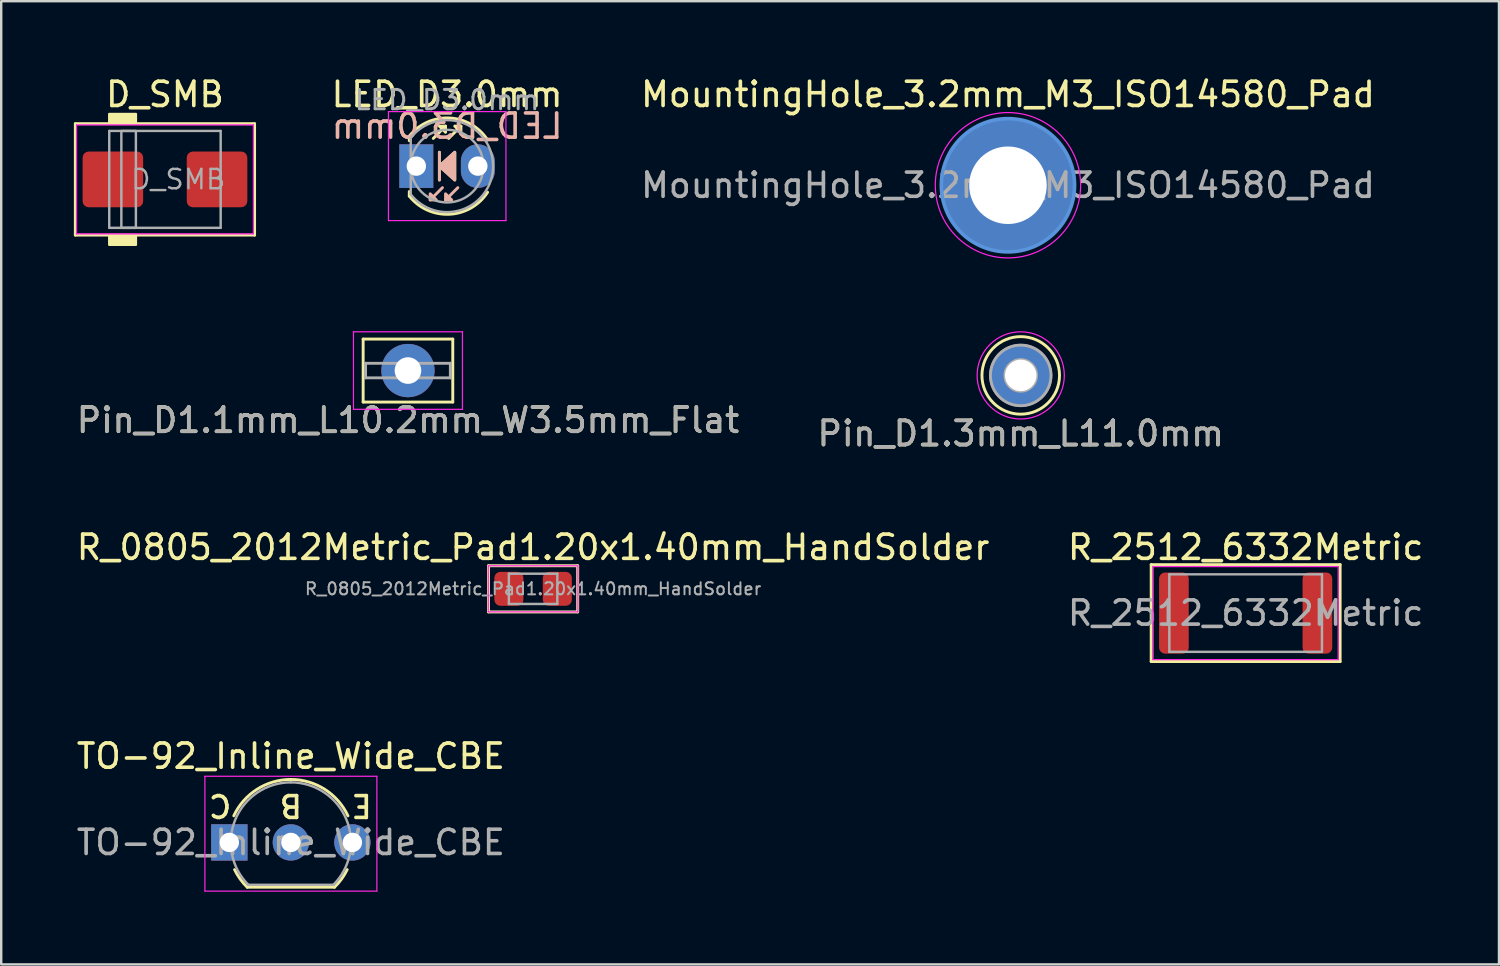
<source format=kicad_pcb>
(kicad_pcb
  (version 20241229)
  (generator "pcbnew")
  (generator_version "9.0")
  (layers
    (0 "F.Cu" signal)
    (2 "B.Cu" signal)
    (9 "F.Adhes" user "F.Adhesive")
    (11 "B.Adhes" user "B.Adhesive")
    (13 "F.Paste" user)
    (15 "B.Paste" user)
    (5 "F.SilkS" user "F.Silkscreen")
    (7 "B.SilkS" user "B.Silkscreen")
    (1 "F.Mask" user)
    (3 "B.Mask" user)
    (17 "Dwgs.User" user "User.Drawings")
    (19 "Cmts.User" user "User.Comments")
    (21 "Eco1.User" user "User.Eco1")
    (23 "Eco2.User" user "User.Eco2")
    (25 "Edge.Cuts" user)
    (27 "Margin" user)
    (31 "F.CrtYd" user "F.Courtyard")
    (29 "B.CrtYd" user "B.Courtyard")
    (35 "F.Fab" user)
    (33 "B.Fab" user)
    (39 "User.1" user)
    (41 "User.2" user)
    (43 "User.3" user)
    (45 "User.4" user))
  (footprint "Pin_D1.3mm_L11.0mm"
    (layer "F.Cu")
    (at 39.089 12.448)
    (property "Reference" "Pin_D1.3mm_L11.0mm" (at 0 2.4 180) (layer "F.SilkS") (effects (font (size 1 1) (thickness 0.15))))
    (attr through_hole)
    (fp_circle (center 0 0) (end 1.6 0.05) (stroke (width 0.12) (type solid)) (fill no) (layer "F.SilkS"))
    (fp_circle (center 0 0) (end 1.8 0) (stroke (width 0.05) (type solid)) (fill no) (layer "F.CrtYd"))
    (fp_circle (center 0 0) (end 0.65 -0.05) (stroke (width 0.12) (type solid)) (fill no) (layer "F.Fab"))
    (fp_circle (center 0 0) (end 1.25 -0.05) (stroke (width 0.12) (type solid)) (fill no) (layer "F.Fab"))
    (fp_text user "${REFERENCE}" (at 0 2.4 180) (layer "F.Fab") (effects (font (size 1 1) (thickness 0.15))))
    (pad "1" thru_hole circle (at 0 0) (size 2.6 2.6) (drill 1.3) (layers "*.Cu" "*.Mask")))
  (footprint "LED_D3.0mm"
    (layer "F.Cu")
    (at 14.137 3.808)
    (property "Reference" "LED_D3.0mm" (at 1.27 -2.96 180) (layer "F.SilkS") (effects (font (size 1 1) (thickness 0.15))))
    (fp_line (start -0.29 -1.236) (end -0.29 -1.05) (stroke (width 0.12) (type solid)) (layer "F.SilkS"))
    (fp_line (start -0.29 1.05) (end -0.29 1.236) (stroke (width 0.12) (type solid)) (layer "F.SilkS"))
    (fp_line (start 0.699 -1.143) (end 1.206 -1.651) (stroke (width 0.12) (type solid)) (layer "F.SilkS"))
    (fp_line (start 0.953 -0.572) (end 0.953 0.572) (stroke (width 0.12) (type solid)) (layer "F.SilkS"))
    (fp_line (start 1.333 -1.143) (end 1.841 -1.651) (stroke (width 0.12) (type solid)) (layer "F.SilkS"))
    (fp_arc (start -0.29 -1.235516) (mid 1.366487 -1.987659) (end 2.942335 -1.078608) (stroke (width 0.12) (type solid)) (layer "F.SilkS"))
    (fp_arc (start 2.942335 1.078608) (mid 1.366487 1.987659) (end -0.29 1.235516) (stroke (width 0.12) (type solid)) (layer "F.SilkS"))
    (fp_poly (pts (xy 1.206 -1.397) (xy 0.953 -1.651) (xy 1.206 -1.651)) (stroke (width 0.12) (type solid)) (fill yes) (layer "F.SilkS"))
    (fp_poly (pts (xy 1.587 0.572) (xy 0.953 0) (xy 1.587 -0.572)) (stroke (width 0.12) (type solid)) (fill yes) (layer "F.SilkS"))
    (fp_poly (pts (xy 1.841 -1.397) (xy 1.587 -1.651) (xy 1.841 -1.651)) (stroke (width 0.12) (type solid)) (fill yes) (layer "F.SilkS"))
    (fp_line (start 0.953 -0.572) (end 0.953 0.572) (stroke (width 0.12) (type solid)) (layer "B.SilkS"))
    (fp_line (start 1.079 0.889) (end 0.572 1.397) (stroke (width 0.12) (type solid)) (layer "B.SilkS"))
    (fp_line (start 1.714 0.889) (end 1.206 1.397) (stroke (width 0.12) (type solid)) (layer "B.SilkS"))
    (fp_poly (pts (xy 0.572 1.143) (xy 0.826 1.397) (xy 0.572 1.397)) (stroke (width 0.12) (type solid)) (fill yes) (layer "B.SilkS"))
    (fp_poly (pts (xy 1.206 1.143) (xy 1.46 1.397) (xy 1.206 1.397)) (stroke (width 0.12) (type solid)) (fill yes) (layer "B.SilkS"))
    (fp_poly (pts (xy 1.587 0.572) (xy 0.953 0) (xy 1.587 -0.572)) (stroke (width 0.12) (type solid)) (fill yes) (layer "B.SilkS"))
    (fp_line (start -1.15 -2.25) (end -1.15 2.25) (stroke (width 0.05) (type solid)) (layer "F.CrtYd"))
    (fp_line (start -1.15 2.25) (end 3.7 2.25) (stroke (width 0.05) (type solid)) (layer "F.CrtYd"))
    (fp_line (start 3.7 -2.25) (end -1.15 -2.25) (stroke (width 0.05) (type solid)) (layer "F.CrtYd"))
    (fp_line (start 3.7 2.25) (end 3.7 -2.25) (stroke (width 0.05) (type solid)) (layer "F.CrtYd"))
    (fp_line (start -0.23 -1.166) (end -0.23 1.166) (stroke (width 0.1) (type solid)) (layer "F.Fab"))
    (fp_arc (start -0.23 -1.16619) (mid 3.17 0.000452) (end -0.230555 1.165476) (stroke (width 0.1) (type solid)) (layer "F.Fab"))
    (fp_circle (center 1.27 0) (end 2.77 0) (stroke (width 0.1) (type solid)) (fill no) (layer "F.Fab"))
    (fp_text user "${REFERENCE}" (at 1.27 -1.651 180) (layer "B.SilkS") (effects (font (size 1 1) (thickness 0.15)) (justify mirror)))
    (fp_text user "${REFERENCE}" (at 1.27 -2.731 180) (layer "F.Fab") (effects (font (size 0.8 0.8) (thickness 0.12))))
    (pad "1" thru_hole rect (at 0 0) (size 1.4 1.8) (drill 0.8) (layers "*.Cu" "*.Mask"))
    (pad "2" thru_hole oval (at 2.54 0) (size 1.4 1.8) (drill 0.8) (layers "*.Cu" "*.Mask")))
  (footprint "TO-92_Inline_Wide_CBE"
    (layer "F.Cu")
    (at 6.418 31.728)
    (property "Reference" "TO-92_Inline_Wide_CBE" (at 2.54 -3.56 0) (layer "F.SilkS") (effects (font (size 1 1) (thickness 0.15))))
    (fp_line (start 0.74 1.85) (end 4.34 1.85) (stroke (width 0.12) (type solid)) (layer "F.SilkS"))
    (fp_arc (start 0.1836 -1.098807) (mid 1.143021 -2.192817) (end 2.54 -2.6) (stroke (width 0.12) (type solid)) (layer "F.SilkS"))
    (fp_arc (start 0.74 1.85) (mid 0.446097 1.509328) (end 0.215816 1.122795) (stroke (width 0.12) (type solid)) (layer "F.SilkS"))
    (fp_arc (start 2.54 -2.6) (mid 3.936979 -2.192818) (end 4.8964 -1.098807) (stroke (width 0.12) (type solid)) (layer "F.SilkS"))
    (fp_arc (start 4.864184 1.122795) (mid 4.633903 1.509328) (end 4.34 1.85) (stroke (width 0.12) (type solid)) (layer "F.SilkS"))
    (fp_line (start -1.01 -2.73) (end -1.01 2.01) (stroke (width 0.05) (type solid)) (layer "F.CrtYd"))
    (fp_line (start -1.01 -2.73) (end 6.09 -2.73) (stroke (width 0.05) (type solid)) (layer "F.CrtYd"))
    (fp_line (start 6.09 2.01) (end -1.01 2.01) (stroke (width 0.05) (type solid)) (layer "F.CrtYd"))
    (fp_line (start 6.09 2.01) (end 6.09 -2.73) (stroke (width 0.05) (type solid)) (layer "F.CrtYd"))
    (fp_line (start 0.8 1.75) (end 4.3 1.75) (stroke (width 0.1) (type solid)) (layer "F.Fab"))
    (fp_arc (start 0.786375 1.753625) (mid 0.248779 -0.949055) (end 2.54 -2.48) (stroke (width 0.1) (type solid)) (layer "F.Fab"))
    (fp_arc (start 2.54 -2.48) (mid 4.831221 -0.949055) (end 4.293625 1.753625) (stroke (width 0.1) (type solid)) (layer "F.Fab"))
    (fp_text user "E" (at 5.461 -1.524 180) (unlocked yes) (layer "F.SilkS") (effects (font (size 0.9 0.9) (thickness 0.15))))
    (fp_text user "C" (at -0.381 -1.524 180) (unlocked yes) (layer "F.SilkS") (effects (font (size 0.9 0.9) (thickness 0.15))))
    (fp_text user "B" (at 2.54 -1.524 180) (unlocked yes) (layer "F.SilkS") (effects (font (size 0.9 0.9) (thickness 0.15))))
    (fp_text user "${REFERENCE}" (at 2.54 0 0) (layer "F.Fab") (effects (font (size 1 1) (thickness 0.15))))
    (pad "1" thru_hole rect (at 0 0 90) (size 1.5 1.5) (drill 0.8) (layers "*.Cu" "*.Mask"))
    (pad "2" thru_hole circle (at 2.54 0 90) (size 1.5 1.5) (drill 0.8) (layers "*.Cu" "*.Mask"))
    (pad "3" thru_hole circle (at 5.08 0 90) (size 1.5 1.5) (drill 0.8) (layers "*.Cu" "*.Mask")))
  (footprint "MountingHole_3.2mm_M3_ISO14580_Pad"
    (layer "F.Cu")
    (at 38.562 4.598)
    (property "Reference" "MountingHole_3.2mm_M3_ISO14580_Pad" (at 0 -3.75 0) (layer "F.SilkS") (effects (font (size 1 1) (thickness 0.15))))
    (attr exclude_from_pos_files exclude_from_bom)
    (fp_circle (center 0 0) (end 2.75 0) (stroke (width 0.15) (type solid)) (fill no) (layer "Cmts.User"))
    (fp_circle (center 0 0) (end 3 0) (stroke (width 0.05) (type solid)) (fill no) (layer "F.CrtYd"))
    (fp_text user "${REFERENCE}" (at 0 0 0) (layer "F.Fab") (effects (font (size 1 1) (thickness 0.15))))
    (pad "1" thru_hole circle (at 0 0) (size 5.5 5.5) (drill 3.2) (layers "*.Cu" "*.Mask")))
  (footprint "R_0805_2012Metric_Pad1.20x1.40mm_HandSolder"
    (layer "F.Cu")
    (at 18.958 21.259)
    (property "Reference" "R_0805_2012Metric_Pad1.20x1.40mm_HandSolder" (at 0 -1.714 0) (layer "F.SilkS") (effects (font (size 1 1) (thickness 0.15))))
    (attr smd)
    (fp_line (start -1.841 -0.953) (end -1.841 0.953) (stroke (width 0.12) (type solid)) (layer "F.SilkS"))
    (fp_line (start -1.841 0.953) (end 1.841 0.953) (stroke (width 0.12) (type solid)) (layer "F.SilkS"))
    (fp_line (start 1.841 -0.953) (end -1.841 -0.953) (stroke (width 0.12) (type solid)) (layer "F.SilkS"))
    (fp_line (start 1.841 0.953) (end 1.841 -0.953) (stroke (width 0.12) (type solid)) (layer "F.SilkS"))
    (fp_line (start -1.85 -0.95) (end 1.85 -0.95) (stroke (width 0.05) (type solid)) (layer "F.CrtYd"))
    (fp_line (start -1.85 0.95) (end -1.85 -0.95) (stroke (width 0.05) (type solid)) (layer "F.CrtYd"))
    (fp_line (start 1.85 -0.95) (end 1.85 0.95) (stroke (width 0.05) (type solid)) (layer "F.CrtYd"))
    (fp_line (start 1.85 0.95) (end -1.85 0.95) (stroke (width 0.05) (type solid)) (layer "F.CrtYd"))
    (fp_line (start -1 -0.625) (end 1 -0.625) (stroke (width 0.1) (type solid)) (layer "F.Fab"))
    (fp_line (start -1 0.625) (end -1 -0.625) (stroke (width 0.1) (type solid)) (layer "F.Fab"))
    (fp_line (start 1 -0.625) (end 1 0.625) (stroke (width 0.1) (type solid)) (layer "F.Fab"))
    (fp_line (start 1 0.625) (end -1 0.625) (stroke (width 0.1) (type solid)) (layer "F.Fab"))
    (fp_text user "${REFERENCE}" (at 0 0 0) (layer "F.Fab") (effects (font (size 0.5 0.5) (thickness 0.08))))
    (pad "1" smd roundrect (at -1 0 180) (size 1.2 1.4) (layers "F.Cu" "F.Mask" "F.Paste") (roundrect_rratio 0.208))
    (pad "2" smd roundrect (at 1 0 180) (size 1.2 1.4) (layers "F.Cu" "F.Mask" "F.Paste") (roundrect_rratio 0.208)))
  (footprint "R_2512_6332Metric"
    (layer "F.Cu")
    (at 48.375 22.26)
    (property "Reference" "R_2512_6332Metric" (at 0 -2.715 0) (layer "F.SilkS") (effects (font (size 1 1) (thickness 0.15))))
    (attr smd)
    (fp_line (start -3.9 -2) (end -3.9 2) (stroke (width 0.12) (type solid)) (layer "F.SilkS"))
    (fp_line (start -3.9 2) (end 3.9 2) (stroke (width 0.12) (type solid)) (layer "F.SilkS"))
    (fp_line (start 3.9 -2) (end -3.9 -2) (stroke (width 0.12) (type solid)) (layer "F.SilkS"))
    (fp_line (start 3.9 2) (end 3.9 -2) (stroke (width 0.12) (type solid)) (layer "F.SilkS"))
    (fp_line (start -3.82 -1.92) (end 3.82 -1.92) (stroke (width 0.05) (type solid)) (layer "F.CrtYd"))
    (fp_line (start -3.82 1.92) (end -3.82 -1.92) (stroke (width 0.05) (type solid)) (layer "F.CrtYd"))
    (fp_line (start 3.82 -1.92) (end 3.82 1.92) (stroke (width 0.05) (type solid)) (layer "F.CrtYd"))
    (fp_line (start 3.82 1.92) (end -3.82 1.92) (stroke (width 0.05) (type solid)) (layer "F.CrtYd"))
    (fp_line (start -3.15 -1.6) (end 3.15 -1.6) (stroke (width 0.1) (type solid)) (layer "F.Fab"))
    (fp_line (start -3.15 1.6) (end -3.15 -1.6) (stroke (width 0.1) (type solid)) (layer "F.Fab"))
    (fp_line (start 3.15 -1.6) (end 3.15 1.6) (stroke (width 0.1) (type solid)) (layer "F.Fab"))
    (fp_line (start 3.15 1.6) (end -3.15 1.6) (stroke (width 0.1) (type solid)) (layer "F.Fab"))
    (fp_text user "${REFERENCE}" (at 0 0 0) (layer "F.Fab") (effects (font (size 1 1) (thickness 0.15))))
    (pad "1" smd roundrect (at -2.962 0) (size 1.225 3.35) (layers "F.Cu" "F.Mask" "F.Paste") (roundrect_rratio 0.204))
    (pad "2" smd roundrect (at 2.962 0) (size 1.225 3.35) (layers "F.Cu" "F.Mask" "F.Paste") (roundrect_rratio 0.204)))
  (footprint "Pin_D1.1mm_L10.2mm_W3.5mm_Flat"
    (layer "F.Cu")
    (at 13.792 12.248)
    (property "Reference" "Pin_D1.1mm_L10.2mm_W3.5mm_Flat" (at 0 2.05 180) (layer "F.SilkS") (effects (font (size 1 1) (thickness 0.15))))
    (attr through_hole)
    (fp_line (start -1.85 -1.3) (end -1.85 1.3) (stroke (width 0.12) (type solid)) (layer "F.SilkS"))
    (fp_line (start -1.85 -1.3) (end 1.85 -1.3) (stroke (width 0.12) (type solid)) (layer "F.SilkS"))
    (fp_line (start 1.85 -1.3) (end 1.85 1.3) (stroke (width 0.12) (type solid)) (layer "F.SilkS"))
    (fp_line (start 1.85 1.3) (end -1.85 1.3) (stroke (width 0.12) (type solid)) (layer "F.SilkS"))
    (fp_line (start -2.25 -1.6) (end -2.25 1.6) (stroke (width 0.05) (type solid)) (layer "F.CrtYd"))
    (fp_line (start -2.25 -1.6) (end 2.25 -1.6) (stroke (width 0.05) (type solid)) (layer "F.CrtYd"))
    (fp_line (start 2.25 1.6) (end -2.25 1.6) (stroke (width 0.05) (type solid)) (layer "F.CrtYd"))
    (fp_line (start 2.25 1.6) (end 2.25 -1.6) (stroke (width 0.05) (type solid)) (layer "F.CrtYd"))
    (fp_line (start -1.75 -0.3) (end 1.75 -0.3) (stroke (width 0.12) (type solid)) (layer "F.Fab"))
    (fp_line (start -1.75 0.3) (end -1.75 -0.3) (stroke (width 0.12) (type solid)) (layer "F.Fab"))
    (fp_line (start 1.75 -0.3) (end 1.75 0.3) (stroke (width 0.12) (type solid)) (layer "F.Fab"))
    (fp_line (start 1.75 0.3) (end -1.75 0.3) (stroke (width 0.12) (type solid)) (layer "F.Fab"))
    (fp_text user "${REFERENCE}" (at 0 2.05 180) (layer "F.Fab") (effects (font (size 1 1) (thickness 0.15))))
    (pad "1" thru_hole circle (at 0 0) (size 2.2 2.2) (drill 1.1) (layers "*.Cu" "*.Mask")))
  (footprint "D_SMB"
    (layer "F.Cu")
    (at 3.76 4.356)
    (property "Reference" "D_SMB" (at 0 -3.508 0) (layer "F.SilkS") (effects (font (size 1 1) (thickness 0.15))))
    (attr smd)
    (fp_line (start -3.7 -2.3) (end -3.7 2.3) (stroke (width 0.12) (type solid)) (layer "F.SilkS"))
    (fp_line (start -3.7 2.3) (end 3.7 2.3) (stroke (width 0.12) (type solid)) (layer "F.SilkS"))
    (fp_line (start 3.7 -2.3) (end -3.7 -2.3) (stroke (width 0.12) (type solid)) (layer "F.SilkS"))
    (fp_line (start 3.7 2.3) (end 3.7 -2.3) (stroke (width 0.12) (type solid)) (layer "F.SilkS"))
    (fp_poly (pts (xy -1.2 -2.3) (xy -2.3 -2.3) (xy -2.3 -2.7) (xy -1.2 -2.7)) (stroke (width 0.1) (type solid)) (fill yes) (layer "F.SilkS"))
    (fp_poly (pts (xy -1.2 2.7) (xy -2.3 2.7) (xy -2.3 2.3) (xy -1.2 2.3)) (stroke (width 0.1) (type solid)) (fill yes) (layer "F.SilkS"))
    (fp_line (start -3.65 -2.25) (end 3.65 -2.25) (stroke (width 0.05) (type solid)) (layer "F.CrtYd"))
    (fp_line (start -3.65 2.25) (end -3.65 -2.25) (stroke (width 0.05) (type solid)) (layer "F.CrtYd"))
    (fp_line (start 3.65 -2.25) (end 3.65 2.25) (stroke (width 0.05) (type solid)) (layer "F.CrtYd"))
    (fp_line (start 3.65 2.25) (end -3.65 2.25) (stroke (width 0.05) (type solid)) (layer "F.CrtYd"))
    (fp_line (start -2.3 2) (end -2.3 -2) (stroke (width 0.1) (type solid)) (layer "F.Fab"))
    (fp_line (start 2.3 -2) (end -2.3 -2) (stroke (width 0.1) (type solid)) (layer "F.Fab"))
    (fp_line (start 2.3 -2) (end 2.3 2) (stroke (width 0.1) (type solid)) (layer "F.Fab"))
    (fp_line (start 2.3 2) (end -2.3 2) (stroke (width 0.1) (type solid)) (layer "F.Fab"))
    (fp_rect (start -1.8 -2) (end -1.2 2) (stroke (width 0.1) (type solid)) (fill no) (layer "F.Fab"))
    (fp_text user "${REFERENCE}" (at 0.55 0 0) (layer "F.Fab") (effects (font (size 0.8 0.8) (thickness 0.1))))
    (pad "1" smd roundrect (at -2.15 0) (size 2.5 2.3) (layers "F.Cu" "F.Mask" "F.Paste") (roundrect_rratio 0.109))
    (pad "2" smd roundrect (at 2.15 0) (size 2.5 2.3) (layers "F.Cu" "F.Mask" "F.Paste") (roundrect_rratio 0.109)))
  (gr_rect
    (start -3 -3)
    (end 58.833 36.763)
    (stroke (width 0.1) (type default))
    (fill no)
    (layer "Edge.Cuts")))
</source>
